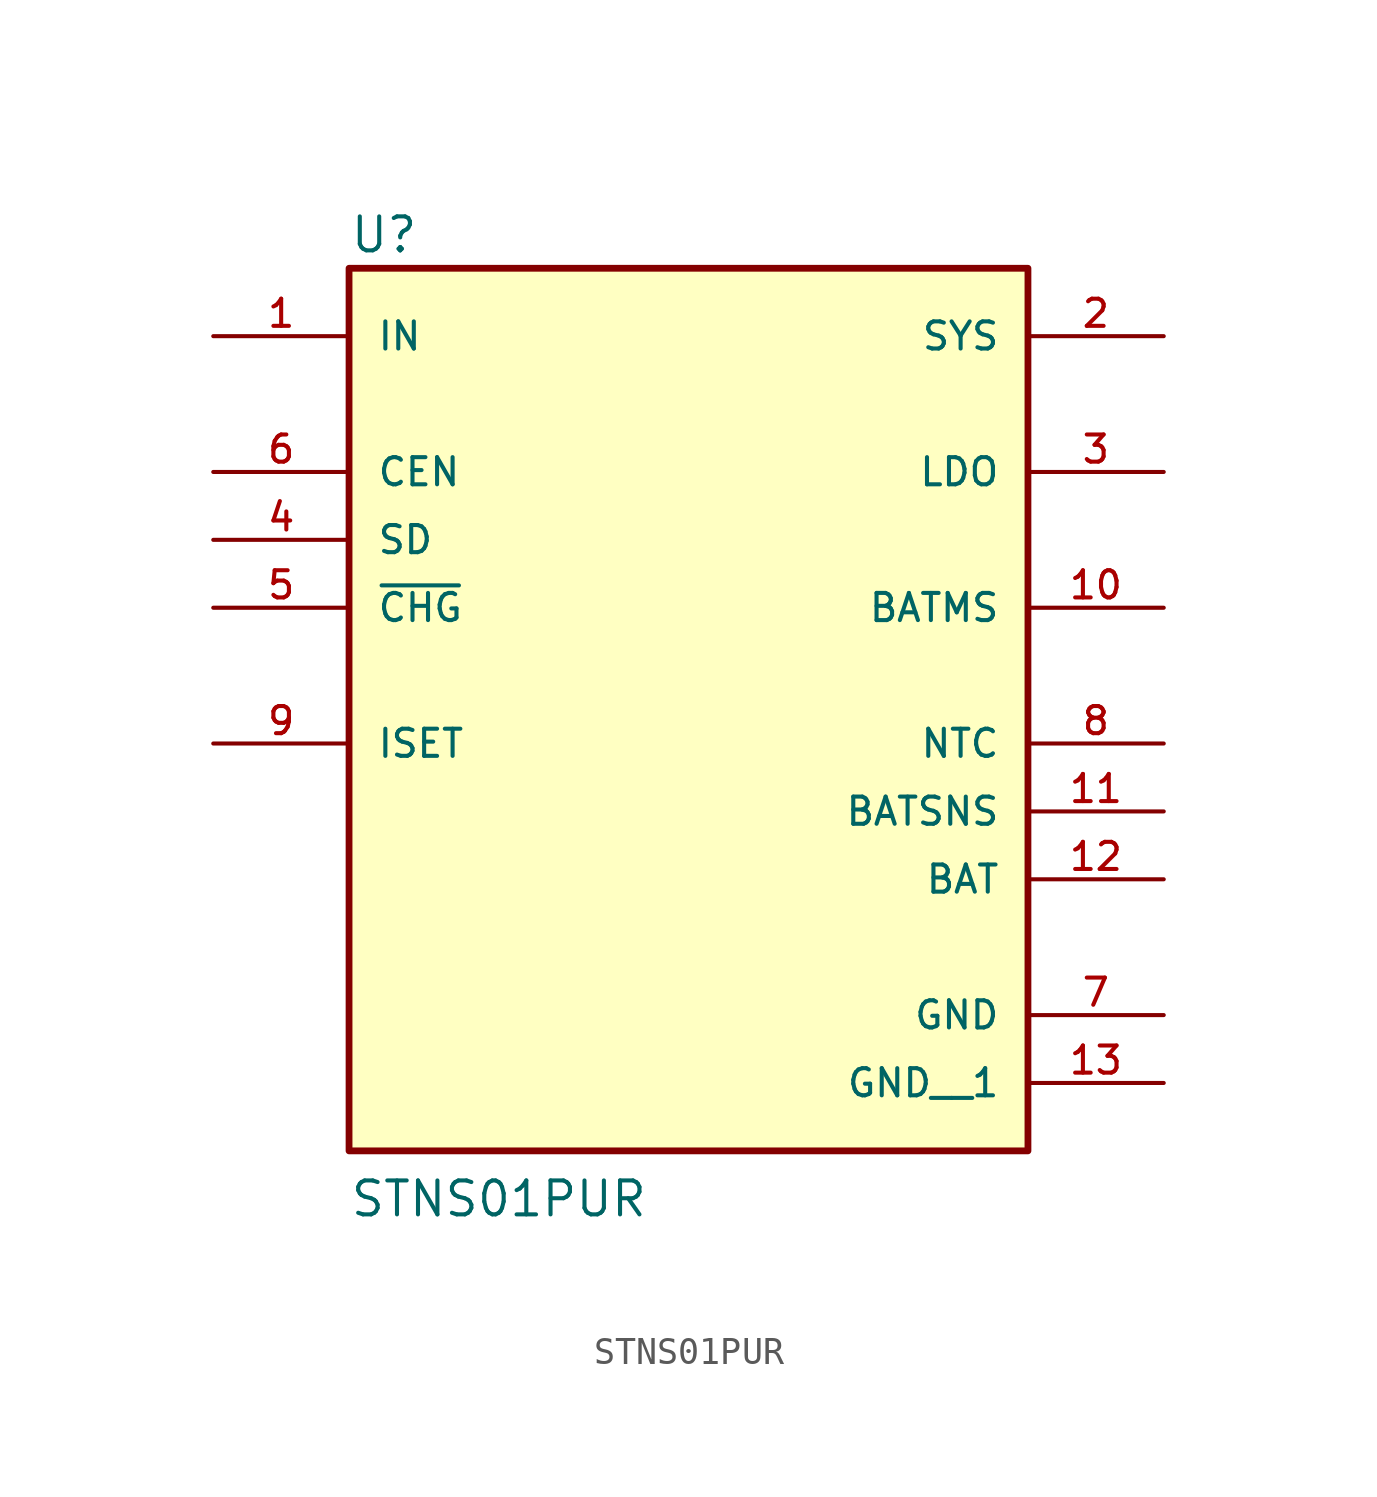
<source format=kicad_sym>
(kicad_symbol_lib
  (version 20211014)
  (generator kicad_symbol_editor)
  (symbol "STNS01PUR"
    (pin_names
      (offset 1.016))
    (property "Reference" "U"
      (at -12.7 15.748 0)
      (effects (font (size 1.27 1.27)) (justify bottom left)))
    (property "Value" "STNS01PUR"
      (at -12.7 -20.32 0)
      (effects (font (size 1.27 1.27)) (justify bottom left)))
    (symbol "STNS01PUR_0_0"
      (rectangle (start -12.7 -17.78) (end 12.7 15.24) (stroke (width 0.254)) (fill (type background)))
      (pin input line (at -17.78 12.7 0) (length 5.08) (name "IN" (effects (font (size 1.016 1.016)))) (number "1" (effects (font (size 1.016 1.016)))))
      (pin output line (at 17.78 12.7 180.0) (length 5.08) (name "SYS" (effects (font (size 1.016 1.016)))) (number "2" (effects (font (size 1.016 1.016)))))
      (pin passive line (at -17.78 -2.54 0) (length 5.08) (name "ISET" (effects (font (size 1.016 1.016)))) (number "9" (effects (font (size 1.016 1.016)))))
      (pin output line (at 17.78 7.62 180.0) (length 5.08) (name "LDO" (effects (font (size 1.016 1.016)))) (number "3" (effects (font (size 1.016 1.016)))))
      (pin output line (at -17.78 2.54 0) (length 5.08) (name "~{CHG}" (effects (font (size 1.016 1.016)))) (number "5" (effects (font (size 1.016 1.016)))))
      (pin input line (at -17.78 7.62 0) (length 5.08) (name "CEN" (effects (font (size 1.016 1.016)))) (number "6" (effects (font (size 1.016 1.016)))))
      (pin input line (at -17.78 5.08 0) (length 5.08) (name "SD" (effects (font (size 1.016 1.016)))) (number "4" (effects (font (size 1.016 1.016)))))
      (pin passive line (at 17.78 2.54 180.0) (length 5.08) (name "BATMS" (effects (font (size 1.016 1.016)))) (number "10" (effects (font (size 1.016 1.016)))))
      (pin passive line (at 17.78 -2.54 180.0) (length 5.08) (name "NTC" (effects (font (size 1.016 1.016)))) (number "8" (effects (font (size 1.016 1.016)))))
      (pin passive line (at 17.78 -5.08 180.0) (length 5.08) (name "BATSNS" (effects (font (size 1.016 1.016)))) (number "11" (effects (font (size 1.016 1.016)))))
      (pin power_in line (at 17.78 -7.62 180.0) (length 5.08) (name "BAT" (effects (font (size 1.016 1.016)))) (number "12" (effects (font (size 1.016 1.016)))))
      (pin power_in line (at 17.78 -12.7 180.0) (length 5.08) (name "GND" (effects (font (size 1.016 1.016)))) (number "7" (effects (font (size 1.016 1.016)))))
      (pin power_in line (at 17.78 -15.24 180.0) (length 5.08) (name "GND__1" (effects (font (size 1.016 1.016)))) (number "13" (effects (font (size 1.016 1.016))))))))
</source>
